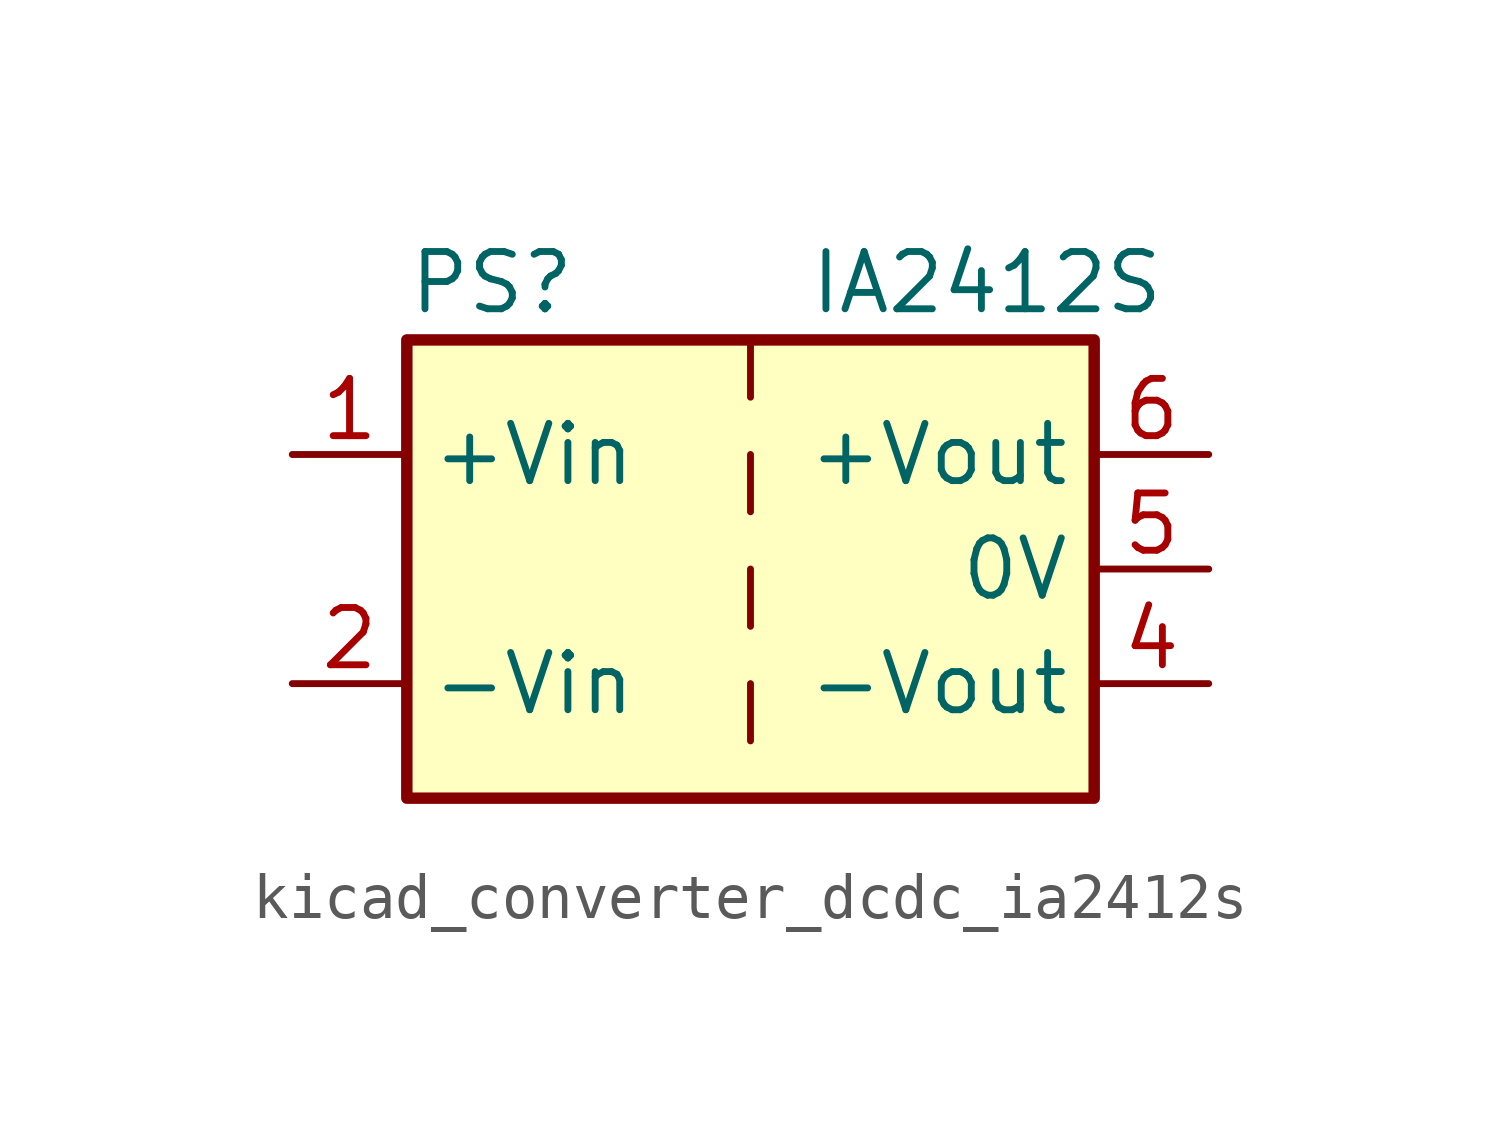
<source format=kicad_sym>
(kicad_symbol_lib
  (version 20220914)
  (generator kicad_symbol_editor)
  (symbol "kicad_converter_dcdc_ia2412s"
    (property "Reference" "PS"
      (at -7.62 6.35 0)
      (effects (font (size 1.27 1.27)) (justify left)))
    (property "Value" "IA2412S"
      (at 1.27 6.35 0)
      (effects (font (size 1.27 1.27)) (justify left)))
    (symbol "kicad_converter_dcdc_ia2412s_0_0"
      (pin power_in line (at -10.16 2.54 0) (length 2.54) (name "+Vin" (effects (font (size 1.27 1.27)))) (number "1" (effects (font (size 1.27 1.27)))))
      (pin power_in line (at -10.16 -2.54 0) (length 2.54) (name "-Vin" (effects (font (size 1.27 1.27)))) (number "2" (effects (font (size 1.27 1.27)))))
      (pin power_out line (at 10.16 -2.54 180) (length 2.54) (name "-Vout" (effects (font (size 1.27 1.27)))) (number "4" (effects (font (size 1.27 1.27)))))
      (pin power_out line (at 10.16 0 180) (length 2.54) (name "0V" (effects (font (size 1.27 1.27)))) (number "5" (effects (font (size 1.27 1.27)))))
      (pin power_out line (at 10.16 2.54 180) (length 2.54) (name "+Vout" (effects (font (size 1.27 1.27)))) (number "6" (effects (font (size 1.27 1.27))))))
    (symbol "kicad_converter_dcdc_ia2412s_0_1"
      (rectangle (start -7.62 5.08) (end 7.62 -5.08) (stroke (width 0.254) (type default)) (fill (type background)))
      (polyline (pts (xy 0 -2.54) (xy 0 -3.81)) (stroke (width 0) (type default)) (fill (type none)))
      (polyline (pts (xy 0 0) (xy 0 -1.27)) (stroke (width 0) (type default)) (fill (type none)))
      (polyline (pts (xy 0 2.54) (xy 0 1.27)) (stroke (width 0) (type default)) (fill (type none)))
      (polyline (pts (xy 0 5.08) (xy 0 3.81)) (stroke (width 0) (type default)) (fill (type none))))))
</source>
